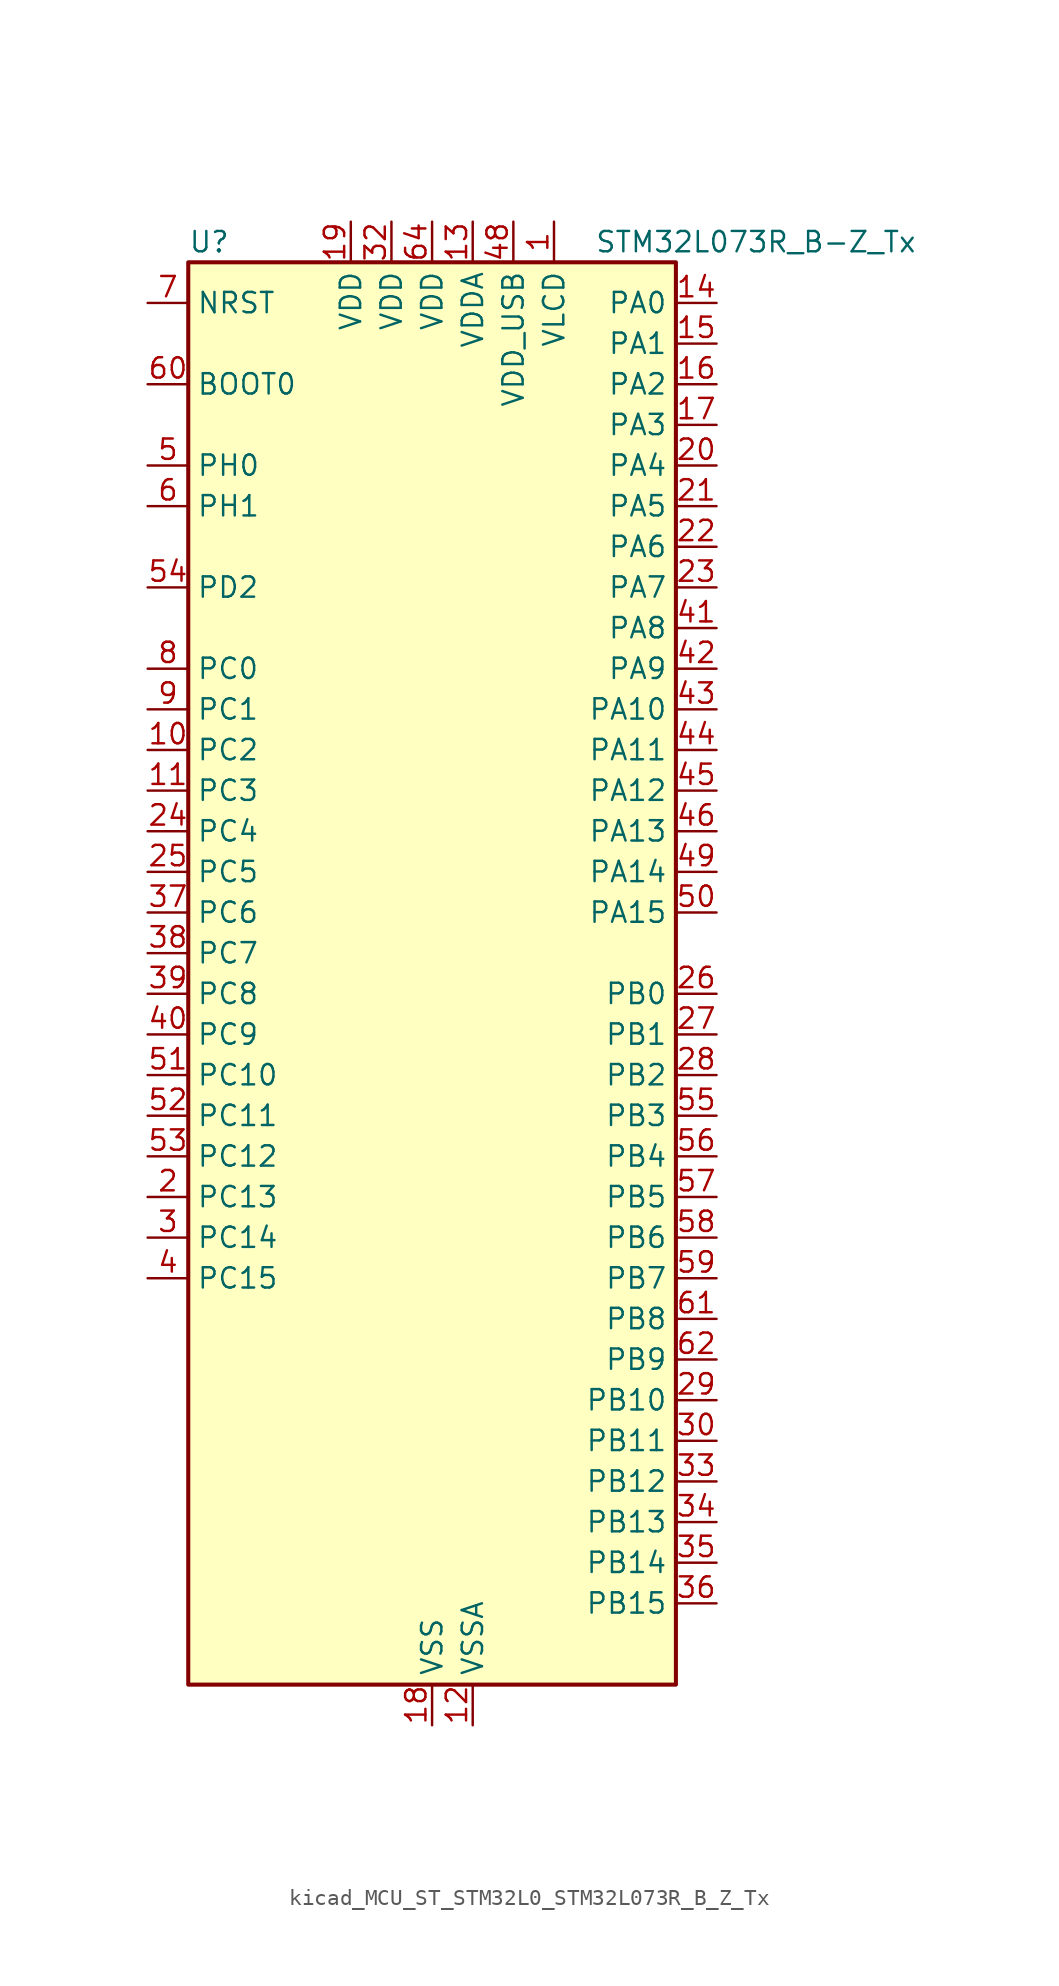
<source format=kicad_sym>
(kicad_symbol_lib
  (version 20220914)
  (generator kicad_symbol_editor)
  (symbol "kicad_MCU_ST_STM32L0_STM32L073R_B_Z_Tx"
    (property "Reference" "U"
      (at -15.24 46.99 0)
      (effects (font (size 1.27 1.27)) (justify left)))
    (property "Value" "STM32L073R_B-Z_Tx"
      (at 10.16 46.99 0)
      (effects (font (size 1.27 1.27)) (justify left)))
    (property "ki_locked" ""
      (at 0 0 0)
      (effects (font (size 1.27 1.27))))
    (symbol "kicad_MCU_ST_STM32L0_STM32L073R_B_Z_Tx_0_1"
      (rectangle (start -15.24 -43.18) (end 15.24 45.72) (stroke (width 0.254) (type default)) (fill (type background))))
    (symbol "kicad_MCU_ST_STM32L0_STM32L073R_B_Z_Tx_1_1"
      (pin power_in line (at 7.62 48.26 270) (length 2.54) (name "VLCD" (effects (font (size 1.27 1.27)))) (number "1" (effects (font (size 1.27 1.27)))))
      (pin bidirectional line (at -17.78 15.24 0) (length 2.54) (name "PC2" (effects (font (size 1.27 1.27)))) (number "10" (effects (font (size 1.27 1.27)))) (alternate "ADC_IN12" bidirectional line) (alternate "I2S2_MCK" bidirectional line) (alternate "LCD_SEG20" bidirectional line) (alternate "LPTIM1_IN2" bidirectional line) (alternate "SPI2_MISO" bidirectional line) (alternate "TSC_G7_IO3" bidirectional line))
      (pin bidirectional line (at -17.78 12.7 0) (length 2.54) (name "PC3" (effects (font (size 1.27 1.27)))) (number "11" (effects (font (size 1.27 1.27)))) (alternate "ADC_IN13" bidirectional line) (alternate "I2S2_SD" bidirectional line) (alternate "LCD_SEG21" bidirectional line) (alternate "LPTIM1_ETR" bidirectional line) (alternate "SPI2_MOSI" bidirectional line) (alternate "TSC_G7_IO4" bidirectional line))
      (pin power_in line (at 2.54 -45.72 90) (length 2.54) (name "VSSA" (effects (font (size 1.27 1.27)))) (number "12" (effects (font (size 1.27 1.27)))))
      (pin power_in line (at 2.54 48.26 270) (length 2.54) (name "VDDA" (effects (font (size 1.27 1.27)))) (number "13" (effects (font (size 1.27 1.27)))))
      (pin bidirectional line (at 17.78 43.18 180) (length 2.54) (name "PA0" (effects (font (size 1.27 1.27)))) (number "14" (effects (font (size 1.27 1.27)))) (alternate "ADC_IN0" bidirectional line) (alternate "COMP1_INM" bidirectional line) (alternate "COMP1_OUT" bidirectional line) (alternate "RTC_TAMP2" bidirectional line) (alternate "SYS_WKUP1" bidirectional line) (alternate "TIM2_CH1" bidirectional line) (alternate "TIM2_ETR" bidirectional line) (alternate "TSC_G1_IO1" bidirectional line) (alternate "USART2_CTS" bidirectional line) (alternate "USART4_TX" bidirectional line))
      (pin bidirectional line (at 17.78 40.64 180) (length 2.54) (name "PA1" (effects (font (size 1.27 1.27)))) (number "15" (effects (font (size 1.27 1.27)))) (alternate "ADC_IN1" bidirectional line) (alternate "COMP1_INP" bidirectional line) (alternate "LCD_SEG0" bidirectional line) (alternate "TIM21_ETR" bidirectional line) (alternate "TIM2_CH2" bidirectional line) (alternate "TSC_G1_IO2" bidirectional line) (alternate "USART2_DE" bidirectional line) (alternate "USART2_RTS" bidirectional line) (alternate "USART4_RX" bidirectional line))
      (pin bidirectional line (at 17.78 38.1 180) (length 2.54) (name "PA2" (effects (font (size 1.27 1.27)))) (number "16" (effects (font (size 1.27 1.27)))) (alternate "ADC_IN2" bidirectional line) (alternate "COMP2_INM" bidirectional line) (alternate "COMP2_OUT" bidirectional line) (alternate "LCD_SEG1" bidirectional line) (alternate "LPUART1_TX" bidirectional line) (alternate "TIM21_CH1" bidirectional line) (alternate "TIM2_CH3" bidirectional line) (alternate "TSC_G1_IO3" bidirectional line) (alternate "USART2_TX" bidirectional line))
      (pin bidirectional line (at 17.78 35.56 180) (length 2.54) (name "PA3" (effects (font (size 1.27 1.27)))) (number "17" (effects (font (size 1.27 1.27)))) (alternate "ADC_IN3" bidirectional line) (alternate "COMP2_INP" bidirectional line) (alternate "LCD_SEG2" bidirectional line) (alternate "LPUART1_RX" bidirectional line) (alternate "TIM21_CH2" bidirectional line) (alternate "TIM2_CH4" bidirectional line) (alternate "TSC_G1_IO4" bidirectional line) (alternate "USART2_RX" bidirectional line))
      (pin power_in line (at 0 -45.72 90) (length 2.54) (name "VSS" (effects (font (size 1.27 1.27)))) (number "18" (effects (font (size 1.27 1.27)))))
      (pin power_in line (at -5.08 48.26 270) (length 2.54) (name "VDD" (effects (font (size 1.27 1.27)))) (number "19" (effects (font (size 1.27 1.27)))))
      (pin bidirectional line (at -17.78 -12.7 0) (length 2.54) (name "PC13" (effects (font (size 1.27 1.27)))) (number "2" (effects (font (size 1.27 1.27)))) (alternate "RTC_OUT_ALARM" bidirectional line) (alternate "RTC_OUT_CALIB" bidirectional line) (alternate "RTC_TAMP1" bidirectional line) (alternate "RTC_TS" bidirectional line) (alternate "SYS_WKUP2" bidirectional line))
      (pin bidirectional line (at 17.78 33.02 180) (length 2.54) (name "PA4" (effects (font (size 1.27 1.27)))) (number "20" (effects (font (size 1.27 1.27)))) (alternate "ADC_IN4" bidirectional line) (alternate "COMP1_INM" bidirectional line) (alternate "COMP2_INM" bidirectional line) (alternate "DAC_OUT1" bidirectional line) (alternate "SPI1_NSS" bidirectional line) (alternate "TIM22_ETR" bidirectional line) (alternate "TSC_G2_IO1" bidirectional line) (alternate "USART2_CK" bidirectional line))
      (pin bidirectional line (at 17.78 30.48 180) (length 2.54) (name "PA5" (effects (font (size 1.27 1.27)))) (number "21" (effects (font (size 1.27 1.27)))) (alternate "ADC_IN5" bidirectional line) (alternate "COMP1_INM" bidirectional line) (alternate "COMP2_INM" bidirectional line) (alternate "DAC_OUT2" bidirectional line) (alternate "SPI1_SCK" bidirectional line) (alternate "TIM2_CH1" bidirectional line) (alternate "TIM2_ETR" bidirectional line) (alternate "TSC_G2_IO2" bidirectional line))
      (pin bidirectional line (at 17.78 27.94 180) (length 2.54) (name "PA6" (effects (font (size 1.27 1.27)))) (number "22" (effects (font (size 1.27 1.27)))) (alternate "ADC_IN6" bidirectional line) (alternate "COMP1_OUT" bidirectional line) (alternate "LCD_SEG3" bidirectional line) (alternate "LPUART1_CTS" bidirectional line) (alternate "SPI1_MISO" bidirectional line) (alternate "TIM22_CH1" bidirectional line) (alternate "TIM3_CH1" bidirectional line) (alternate "TSC_G2_IO3" bidirectional line))
      (pin bidirectional line (at 17.78 25.4 180) (length 2.54) (name "PA7" (effects (font (size 1.27 1.27)))) (number "23" (effects (font (size 1.27 1.27)))) (alternate "ADC_IN7" bidirectional line) (alternate "COMP2_OUT" bidirectional line) (alternate "LCD_SEG4" bidirectional line) (alternate "SPI1_MOSI" bidirectional line) (alternate "TIM22_CH2" bidirectional line) (alternate "TIM3_CH2" bidirectional line) (alternate "TSC_G2_IO4" bidirectional line))
      (pin bidirectional line (at -17.78 10.16 0) (length 2.54) (name "PC4" (effects (font (size 1.27 1.27)))) (number "24" (effects (font (size 1.27 1.27)))) (alternate "ADC_IN14" bidirectional line) (alternate "LCD_SEG22" bidirectional line) (alternate "LPUART1_TX" bidirectional line))
      (pin bidirectional line (at -17.78 7.62 0) (length 2.54) (name "PC5" (effects (font (size 1.27 1.27)))) (number "25" (effects (font (size 1.27 1.27)))) (alternate "ADC_IN15" bidirectional line) (alternate "LCD_SEG23" bidirectional line) (alternate "LPUART1_RX" bidirectional line) (alternate "TSC_G3_IO1" bidirectional line))
      (pin bidirectional line (at 17.78 0 180) (length 2.54) (name "PB0" (effects (font (size 1.27 1.27)))) (number "26" (effects (font (size 1.27 1.27)))) (alternate "ADC_IN8" bidirectional line) (alternate "LCD_SEG5" bidirectional line) (alternate "LCD_VLCD3" bidirectional line) (alternate "SYS_VREF_OUT_PB0" bidirectional line) (alternate "TIM3_CH3" bidirectional line) (alternate "TSC_G3_IO2" bidirectional line))
      (pin bidirectional line (at 17.78 -2.54 180) (length 2.54) (name "PB1" (effects (font (size 1.27 1.27)))) (number "27" (effects (font (size 1.27 1.27)))) (alternate "ADC_IN9" bidirectional line) (alternate "LCD_SEG6" bidirectional line) (alternate "LPUART1_DE" bidirectional line) (alternate "LPUART1_RTS" bidirectional line) (alternate "SYS_VREF_OUT_PB1" bidirectional line) (alternate "TIM3_CH4" bidirectional line) (alternate "TSC_G3_IO3" bidirectional line))
      (pin bidirectional line (at 17.78 -5.08 180) (length 2.54) (name "PB2" (effects (font (size 1.27 1.27)))) (number "28" (effects (font (size 1.27 1.27)))) (alternate "I2C3_SMBA" bidirectional line) (alternate "LCD_VLCD2" bidirectional line) (alternate "LPTIM1_OUT" bidirectional line) (alternate "TSC_G3_IO4" bidirectional line))
      (pin bidirectional line (at 17.78 -25.4 180) (length 2.54) (name "PB10" (effects (font (size 1.27 1.27)))) (number "29" (effects (font (size 1.27 1.27)))) (alternate "I2C2_SCL" bidirectional line) (alternate "LCD_SEG10" bidirectional line) (alternate "LPUART1_RX" bidirectional line) (alternate "LPUART1_TX" bidirectional line) (alternate "SPI2_SCK" bidirectional line) (alternate "TIM2_CH3" bidirectional line) (alternate "TSC_SYNC" bidirectional line))
      (pin bidirectional line (at -17.78 -15.24 0) (length 2.54) (name "PC14" (effects (font (size 1.27 1.27)))) (number "3" (effects (font (size 1.27 1.27)))) (alternate "RCC_OSC32_IN" bidirectional line))
      (pin bidirectional line (at 17.78 -27.94 180) (length 2.54) (name "PB11" (effects (font (size 1.27 1.27)))) (number "30" (effects (font (size 1.27 1.27)))) (alternate "ADC_EXTI11" bidirectional line) (alternate "I2C2_SDA" bidirectional line) (alternate "LCD_SEG11" bidirectional line) (alternate "LPUART1_RX" bidirectional line) (alternate "LPUART1_TX" bidirectional line) (alternate "TIM2_CH4" bidirectional line) (alternate "TSC_G6_IO1" bidirectional line))
      (pin passive line (at 0 -45.72 90) (length 2.54) hide (name "VSS" (effects (font (size 1.27 1.27)))) (number "31" (effects (font (size 1.27 1.27)))))
      (pin power_in line (at -2.54 48.26 270) (length 2.54) (name "VDD" (effects (font (size 1.27 1.27)))) (number "32" (effects (font (size 1.27 1.27)))))
      (pin bidirectional line (at 17.78 -30.48 180) (length 2.54) (name "PB12" (effects (font (size 1.27 1.27)))) (number "33" (effects (font (size 1.27 1.27)))) (alternate "I2S2_WS" bidirectional line) (alternate "LCD_SEG12" bidirectional line) (alternate "LCD_VLCD2" bidirectional line) (alternate "LPUART1_DE" bidirectional line) (alternate "LPUART1_RTS" bidirectional line) (alternate "SPI2_NSS" bidirectional line) (alternate "TSC_G6_IO2" bidirectional line))
      (pin bidirectional line (at 17.78 -33.02 180) (length 2.54) (name "PB13" (effects (font (size 1.27 1.27)))) (number "34" (effects (font (size 1.27 1.27)))) (alternate "I2C2_SCL" bidirectional line) (alternate "I2S2_CK" bidirectional line) (alternate "LCD_SEG13" bidirectional line) (alternate "LPUART1_CTS" bidirectional line) (alternate "RCC_MCO" bidirectional line) (alternate "SPI2_SCK" bidirectional line) (alternate "TIM21_CH1" bidirectional line) (alternate "TSC_G6_IO3" bidirectional line))
      (pin bidirectional line (at 17.78 -35.56 180) (length 2.54) (name "PB14" (effects (font (size 1.27 1.27)))) (number "35" (effects (font (size 1.27 1.27)))) (alternate "I2C2_SDA" bidirectional line) (alternate "I2S2_MCK" bidirectional line) (alternate "LCD_SEG14" bidirectional line) (alternate "LPUART1_DE" bidirectional line) (alternate "LPUART1_RTS" bidirectional line) (alternate "RTC_OUT_ALARM" bidirectional line) (alternate "RTC_OUT_CALIB" bidirectional line) (alternate "SPI2_MISO" bidirectional line) (alternate "TIM21_CH2" bidirectional line) (alternate "TSC_G6_IO4" bidirectional line))
      (pin bidirectional line (at 17.78 -38.1 180) (length 2.54) (name "PB15" (effects (font (size 1.27 1.27)))) (number "36" (effects (font (size 1.27 1.27)))) (alternate "I2S2_SD" bidirectional line) (alternate "LCD_SEG15" bidirectional line) (alternate "RTC_REFIN" bidirectional line) (alternate "SPI2_MOSI" bidirectional line))
      (pin bidirectional line (at -17.78 5.08 0) (length 2.54) (name "PC6" (effects (font (size 1.27 1.27)))) (number "37" (effects (font (size 1.27 1.27)))) (alternate "LCD_SEG24" bidirectional line) (alternate "TIM22_CH1" bidirectional line) (alternate "TIM3_CH1" bidirectional line) (alternate "TSC_G8_IO1" bidirectional line))
      (pin bidirectional line (at -17.78 2.54 0) (length 2.54) (name "PC7" (effects (font (size 1.27 1.27)))) (number "38" (effects (font (size 1.27 1.27)))) (alternate "LCD_SEG25" bidirectional line) (alternate "TIM22_CH2" bidirectional line) (alternate "TIM3_CH2" bidirectional line) (alternate "TSC_G8_IO2" bidirectional line))
      (pin bidirectional line (at -17.78 0 0) (length 2.54) (name "PC8" (effects (font (size 1.27 1.27)))) (number "39" (effects (font (size 1.27 1.27)))) (alternate "LCD_SEG26" bidirectional line) (alternate "TIM22_ETR" bidirectional line) (alternate "TIM3_CH3" bidirectional line) (alternate "TSC_G8_IO3" bidirectional line))
      (pin bidirectional line (at -17.78 -17.78 0) (length 2.54) (name "PC15" (effects (font (size 1.27 1.27)))) (number "4" (effects (font (size 1.27 1.27)))) (alternate "RCC_OSC32_OUT" bidirectional line))
      (pin bidirectional line (at -17.78 -2.54 0) (length 2.54) (name "PC9" (effects (font (size 1.27 1.27)))) (number "40" (effects (font (size 1.27 1.27)))) (alternate "DAC_EXTI9" bidirectional line) (alternate "I2C3_SDA" bidirectional line) (alternate "LCD_SEG27" bidirectional line) (alternate "TIM21_ETR" bidirectional line) (alternate "TIM3_CH4" bidirectional line) (alternate "TSC_G8_IO4" bidirectional line) (alternate "USB_NOE" bidirectional line))
      (pin bidirectional line (at 17.78 22.86 180) (length 2.54) (name "PA8" (effects (font (size 1.27 1.27)))) (number "41" (effects (font (size 1.27 1.27)))) (alternate "CRS_SYNC" bidirectional line) (alternate "I2C3_SCL" bidirectional line) (alternate "LCD_COM0" bidirectional line) (alternate "RCC_MCO" bidirectional line) (alternate "USART1_CK" bidirectional line))
      (pin bidirectional line (at 17.78 20.32 180) (length 2.54) (name "PA9" (effects (font (size 1.27 1.27)))) (number "42" (effects (font (size 1.27 1.27)))) (alternate "DAC_EXTI9" bidirectional line) (alternate "I2C1_SCL" bidirectional line) (alternate "I2C3_SMBA" bidirectional line) (alternate "LCD_COM1" bidirectional line) (alternate "RCC_MCO" bidirectional line) (alternate "TSC_G4_IO1" bidirectional line) (alternate "USART1_TX" bidirectional line))
      (pin bidirectional line (at 17.78 17.78 180) (length 2.54) (name "PA10" (effects (font (size 1.27 1.27)))) (number "43" (effects (font (size 1.27 1.27)))) (alternate "I2C1_SDA" bidirectional line) (alternate "LCD_COM2" bidirectional line) (alternate "TSC_G4_IO2" bidirectional line) (alternate "USART1_RX" bidirectional line))
      (pin bidirectional line (at 17.78 15.24 180) (length 2.54) (name "PA11" (effects (font (size 1.27 1.27)))) (number "44" (effects (font (size 1.27 1.27)))) (alternate "ADC_EXTI11" bidirectional line) (alternate "COMP1_OUT" bidirectional line) (alternate "SPI1_MISO" bidirectional line) (alternate "TSC_G4_IO3" bidirectional line) (alternate "USART1_CTS" bidirectional line) (alternate "USB_DM" bidirectional line))
      (pin bidirectional line (at 17.78 12.7 180) (length 2.54) (name "PA12" (effects (font (size 1.27 1.27)))) (number "45" (effects (font (size 1.27 1.27)))) (alternate "COMP2_OUT" bidirectional line) (alternate "SPI1_MOSI" bidirectional line) (alternate "TSC_G4_IO4" bidirectional line) (alternate "USART1_DE" bidirectional line) (alternate "USART1_RTS" bidirectional line) (alternate "USB_DP" bidirectional line))
      (pin bidirectional line (at 17.78 10.16 180) (length 2.54) (name "PA13" (effects (font (size 1.27 1.27)))) (number "46" (effects (font (size 1.27 1.27)))) (alternate "LPUART1_RX" bidirectional line) (alternate "SYS_SWDIO" bidirectional line) (alternate "USB_NOE" bidirectional line))
      (pin passive line (at 0 -45.72 90) (length 2.54) hide (name "VSS" (effects (font (size 1.27 1.27)))) (number "47" (effects (font (size 1.27 1.27)))))
      (pin power_in line (at 5.08 48.26 270) (length 2.54) (name "VDD_USB" (effects (font (size 1.27 1.27)))) (number "48" (effects (font (size 1.27 1.27)))))
      (pin bidirectional line (at 17.78 7.62 180) (length 2.54) (name "PA14" (effects (font (size 1.27 1.27)))) (number "49" (effects (font (size 1.27 1.27)))) (alternate "LPUART1_TX" bidirectional line) (alternate "SYS_SWCLK" bidirectional line) (alternate "USART2_TX" bidirectional line))
      (pin bidirectional line (at -17.78 33.02 0) (length 2.54) (name "PH0" (effects (font (size 1.27 1.27)))) (number "5" (effects (font (size 1.27 1.27)))) (alternate "CRS_SYNC" bidirectional line) (alternate "RCC_OSC_IN" bidirectional line))
      (pin bidirectional line (at 17.78 5.08 180) (length 2.54) (name "PA15" (effects (font (size 1.27 1.27)))) (number "50" (effects (font (size 1.27 1.27)))) (alternate "LCD_SEG17" bidirectional line) (alternate "SPI1_NSS" bidirectional line) (alternate "TIM2_CH1" bidirectional line) (alternate "TIM2_ETR" bidirectional line) (alternate "USART2_RX" bidirectional line) (alternate "USART4_DE" bidirectional line) (alternate "USART4_RTS" bidirectional line))
      (pin bidirectional line (at -17.78 -5.08 0) (length 2.54) (name "PC10" (effects (font (size 1.27 1.27)))) (number "51" (effects (font (size 1.27 1.27)))) (alternate "LCD_COM4" bidirectional line) (alternate "LCD_SEG28" bidirectional line) (alternate "LPUART1_TX" bidirectional line) (alternate "USART4_TX" bidirectional line))
      (pin bidirectional line (at -17.78 -7.62 0) (length 2.54) (name "PC11" (effects (font (size 1.27 1.27)))) (number "52" (effects (font (size 1.27 1.27)))) (alternate "ADC_EXTI11" bidirectional line) (alternate "LCD_COM5" bidirectional line) (alternate "LCD_SEG29" bidirectional line) (alternate "LPUART1_RX" bidirectional line) (alternate "USART4_RX" bidirectional line))
      (pin bidirectional line (at -17.78 -10.16 0) (length 2.54) (name "PC12" (effects (font (size 1.27 1.27)))) (number "53" (effects (font (size 1.27 1.27)))) (alternate "LCD_COM6" bidirectional line) (alternate "LCD_SEG30" bidirectional line) (alternate "USART4_CK" bidirectional line) (alternate "USART5_TX" bidirectional line))
      (pin bidirectional line (at -17.78 25.4 0) (length 2.54) (name "PD2" (effects (font (size 1.27 1.27)))) (number "54" (effects (font (size 1.27 1.27)))) (alternate "LCD_COM7" bidirectional line) (alternate "LCD_SEG31" bidirectional line) (alternate "LPUART1_DE" bidirectional line) (alternate "LPUART1_RTS" bidirectional line) (alternate "TIM3_ETR" bidirectional line) (alternate "USART5_RX" bidirectional line))
      (pin bidirectional line (at 17.78 -7.62 180) (length 2.54) (name "PB3" (effects (font (size 1.27 1.27)))) (number "55" (effects (font (size 1.27 1.27)))) (alternate "COMP2_INM" bidirectional line) (alternate "LCD_SEG7" bidirectional line) (alternate "SPI1_SCK" bidirectional line) (alternate "TIM2_CH2" bidirectional line) (alternate "TSC_G5_IO1" bidirectional line) (alternate "USART1_DE" bidirectional line) (alternate "USART1_RTS" bidirectional line) (alternate "USART5_TX" bidirectional line))
      (pin bidirectional line (at 17.78 -10.16 180) (length 2.54) (name "PB4" (effects (font (size 1.27 1.27)))) (number "56" (effects (font (size 1.27 1.27)))) (alternate "COMP2_INP" bidirectional line) (alternate "I2C3_SDA" bidirectional line) (alternate "LCD_SEG8" bidirectional line) (alternate "SPI1_MISO" bidirectional line) (alternate "TIM22_CH1" bidirectional line) (alternate "TIM3_CH1" bidirectional line) (alternate "TSC_G5_IO2" bidirectional line) (alternate "USART1_CTS" bidirectional line) (alternate "USART5_RX" bidirectional line))
      (pin bidirectional line (at 17.78 -12.7 180) (length 2.54) (name "PB5" (effects (font (size 1.27 1.27)))) (number "57" (effects (font (size 1.27 1.27)))) (alternate "COMP2_INP" bidirectional line) (alternate "I2C1_SMBA" bidirectional line) (alternate "LCD_SEG9" bidirectional line) (alternate "LPTIM1_IN1" bidirectional line) (alternate "SPI1_MOSI" bidirectional line) (alternate "TIM22_CH2" bidirectional line) (alternate "TIM3_CH2" bidirectional line) (alternate "USART1_CK" bidirectional line) (alternate "USART5_CK" bidirectional line) (alternate "USART5_DE" bidirectional line) (alternate "USART5_RTS" bidirectional line))
      (pin bidirectional line (at 17.78 -15.24 180) (length 2.54) (name "PB6" (effects (font (size 1.27 1.27)))) (number "58" (effects (font (size 1.27 1.27)))) (alternate "COMP2_INP" bidirectional line) (alternate "I2C1_SCL" bidirectional line) (alternate "LPTIM1_ETR" bidirectional line) (alternate "TSC_G5_IO3" bidirectional line) (alternate "USART1_TX" bidirectional line))
      (pin bidirectional line (at 17.78 -17.78 180) (length 2.54) (name "PB7" (effects (font (size 1.27 1.27)))) (number "59" (effects (font (size 1.27 1.27)))) (alternate "COMP2_INP" bidirectional line) (alternate "I2C1_SDA" bidirectional line) (alternate "LPTIM1_IN2" bidirectional line) (alternate "SYS_PVD_IN" bidirectional line) (alternate "TSC_G5_IO4" bidirectional line) (alternate "USART1_RX" bidirectional line) (alternate "USART4_CTS" bidirectional line))
      (pin bidirectional line (at -17.78 30.48 0) (length 2.54) (name "PH1" (effects (font (size 1.27 1.27)))) (number "6" (effects (font (size 1.27 1.27)))) (alternate "RCC_OSC_OUT" bidirectional line))
      (pin input line (at -17.78 38.1 0) (length 2.54) (name "BOOT0" (effects (font (size 1.27 1.27)))) (number "60" (effects (font (size 1.27 1.27)))))
      (pin bidirectional line (at 17.78 -20.32 180) (length 2.54) (name "PB8" (effects (font (size 1.27 1.27)))) (number "61" (effects (font (size 1.27 1.27)))) (alternate "I2C1_SCL" bidirectional line) (alternate "LCD_SEG16" bidirectional line) (alternate "TSC_SYNC" bidirectional line))
      (pin bidirectional line (at 17.78 -22.86 180) (length 2.54) (name "PB9" (effects (font (size 1.27 1.27)))) (number "62" (effects (font (size 1.27 1.27)))) (alternate "DAC_EXTI9" bidirectional line) (alternate "I2C1_SDA" bidirectional line) (alternate "I2S2_WS" bidirectional line) (alternate "LCD_COM3" bidirectional line) (alternate "SPI2_NSS" bidirectional line))
      (pin passive line (at 0 -45.72 90) (length 2.54) hide (name "VSS" (effects (font (size 1.27 1.27)))) (number "63" (effects (font (size 1.27 1.27)))))
      (pin power_in line (at 0 48.26 270) (length 2.54) (name "VDD" (effects (font (size 1.27 1.27)))) (number "64" (effects (font (size 1.27 1.27)))))
      (pin input line (at -17.78 43.18 0) (length 2.54) (name "NRST" (effects (font (size 1.27 1.27)))) (number "7" (effects (font (size 1.27 1.27)))))
      (pin bidirectional line (at -17.78 20.32 0) (length 2.54) (name "PC0" (effects (font (size 1.27 1.27)))) (number "8" (effects (font (size 1.27 1.27)))) (alternate "ADC_IN10" bidirectional line) (alternate "I2C3_SCL" bidirectional line) (alternate "LCD_SEG18" bidirectional line) (alternate "LPTIM1_IN1" bidirectional line) (alternate "LPUART1_RX" bidirectional line) (alternate "TSC_G7_IO1" bidirectional line))
      (pin bidirectional line (at -17.78 17.78 0) (length 2.54) (name "PC1" (effects (font (size 1.27 1.27)))) (number "9" (effects (font (size 1.27 1.27)))) (alternate "ADC_IN11" bidirectional line) (alternate "I2C3_SDA" bidirectional line) (alternate "LCD_SEG19" bidirectional line) (alternate "LPTIM1_OUT" bidirectional line) (alternate "LPUART1_TX" bidirectional line) (alternate "TSC_G7_IO2" bidirectional line)))))
</source>
